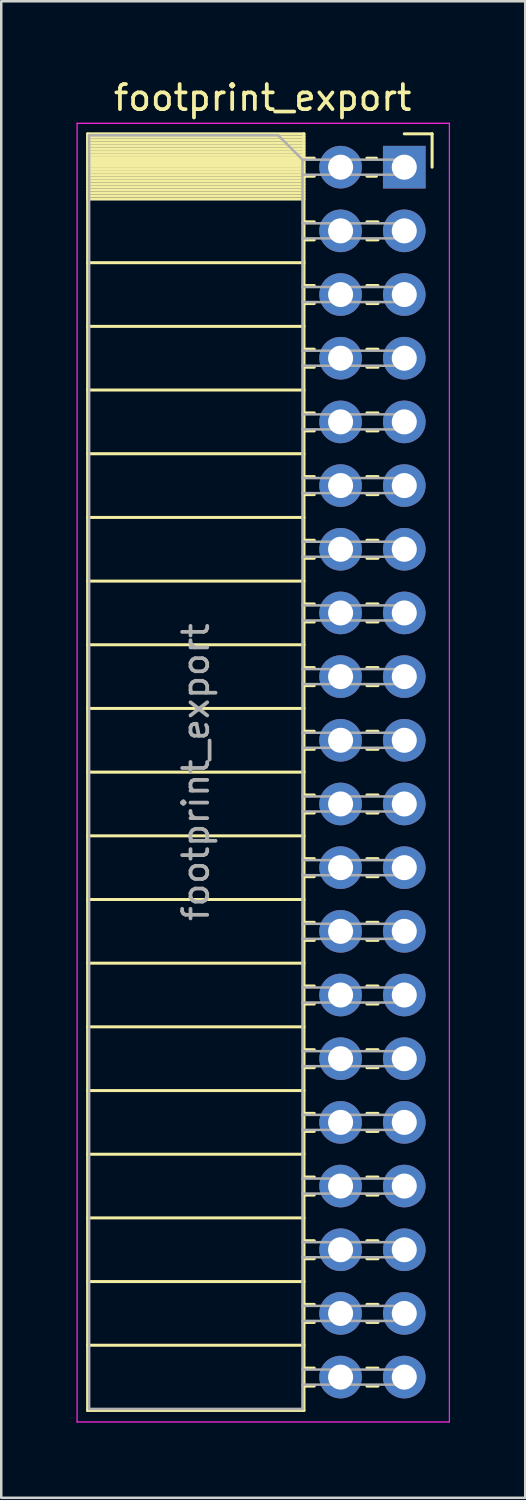
<source format=kicad_pcb>
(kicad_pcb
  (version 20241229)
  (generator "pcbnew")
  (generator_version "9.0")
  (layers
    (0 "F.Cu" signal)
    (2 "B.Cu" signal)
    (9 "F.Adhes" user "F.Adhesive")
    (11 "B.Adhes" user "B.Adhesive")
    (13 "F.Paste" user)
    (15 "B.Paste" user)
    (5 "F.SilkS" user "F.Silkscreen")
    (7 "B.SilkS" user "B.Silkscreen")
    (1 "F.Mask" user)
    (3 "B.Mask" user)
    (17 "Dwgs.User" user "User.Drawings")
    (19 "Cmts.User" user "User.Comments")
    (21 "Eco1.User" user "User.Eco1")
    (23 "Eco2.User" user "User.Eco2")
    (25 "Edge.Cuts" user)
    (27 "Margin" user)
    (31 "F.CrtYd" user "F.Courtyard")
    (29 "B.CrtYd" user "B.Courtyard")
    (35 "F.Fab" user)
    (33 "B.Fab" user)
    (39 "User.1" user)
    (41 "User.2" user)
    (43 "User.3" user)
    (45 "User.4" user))
  (footprint "footprint_export"
    (layer "F.Cu")
    (at 13.075 3.618)
    (property "Reference" "footprint_export" (at -5.65 -2.77 0) (layer "F.SilkS") (effects (font (size 1 1) (thickness 0.15))))
    (attr through_hole)
    (fp_line (start -12.63 -1.33) (end -12.63 49.59) (stroke (width 0.12) (type solid)) (layer "F.SilkS"))
    (fp_line (start -12.63 -1.33) (end -4 -1.33) (stroke (width 0.12) (type solid)) (layer "F.SilkS"))
    (fp_line (start -12.63 -1.21) (end -4 -1.21) (stroke (width 0.12) (type solid)) (layer "F.SilkS"))
    (fp_line (start -12.63 -1.092) (end -4 -1.092) (stroke (width 0.12) (type solid)) (layer "F.SilkS"))
    (fp_line (start -12.63 -0.974) (end -4 -0.974) (stroke (width 0.12) (type solid)) (layer "F.SilkS"))
    (fp_line (start -12.63 -0.856) (end -4 -0.856) (stroke (width 0.12) (type solid)) (layer "F.SilkS"))
    (fp_line (start -12.63 -0.738) (end -4 -0.738) (stroke (width 0.12) (type solid)) (layer "F.SilkS"))
    (fp_line (start -12.63 -0.62) (end -4 -0.62) (stroke (width 0.12) (type solid)) (layer "F.SilkS"))
    (fp_line (start -12.63 -0.501) (end -4 -0.501) (stroke (width 0.12) (type solid)) (layer "F.SilkS"))
    (fp_line (start -12.63 -0.383) (end -4 -0.383) (stroke (width 0.12) (type solid)) (layer "F.SilkS"))
    (fp_line (start -12.63 -0.265) (end -4 -0.265) (stroke (width 0.12) (type solid)) (layer "F.SilkS"))
    (fp_line (start -12.63 -0.147) (end -4 -0.147) (stroke (width 0.12) (type solid)) (layer "F.SilkS"))
    (fp_line (start -12.63 -0.029) (end -4 -0.029) (stroke (width 0.12) (type solid)) (layer "F.SilkS"))
    (fp_line (start -12.63 0.089) (end -4 0.089) (stroke (width 0.12) (type solid)) (layer "F.SilkS"))
    (fp_line (start -12.63 0.207) (end -4 0.207) (stroke (width 0.12) (type solid)) (layer "F.SilkS"))
    (fp_line (start -12.63 0.325) (end -4 0.325) (stroke (width 0.12) (type solid)) (layer "F.SilkS"))
    (fp_line (start -12.63 0.443) (end -4 0.443) (stroke (width 0.12) (type solid)) (layer "F.SilkS"))
    (fp_line (start -12.63 0.561) (end -4 0.561) (stroke (width 0.12) (type solid)) (layer "F.SilkS"))
    (fp_line (start -12.63 0.68) (end -4 0.68) (stroke (width 0.12) (type solid)) (layer "F.SilkS"))
    (fp_line (start -12.63 0.798) (end -4 0.798) (stroke (width 0.12) (type solid)) (layer "F.SilkS"))
    (fp_line (start -12.63 0.916) (end -4 0.916) (stroke (width 0.12) (type solid)) (layer "F.SilkS"))
    (fp_line (start -12.63 1.034) (end -4 1.034) (stroke (width 0.12) (type solid)) (layer "F.SilkS"))
    (fp_line (start -12.63 1.152) (end -4 1.152) (stroke (width 0.12) (type solid)) (layer "F.SilkS"))
    (fp_line (start -12.63 1.27) (end -4 1.27) (stroke (width 0.12) (type solid)) (layer "F.SilkS"))
    (fp_line (start -12.63 3.81) (end -4 3.81) (stroke (width 0.12) (type solid)) (layer "F.SilkS"))
    (fp_line (start -12.63 6.35) (end -4 6.35) (stroke (width 0.12) (type solid)) (layer "F.SilkS"))
    (fp_line (start -12.63 8.89) (end -4 8.89) (stroke (width 0.12) (type solid)) (layer "F.SilkS"))
    (fp_line (start -12.63 11.43) (end -4 11.43) (stroke (width 0.12) (type solid)) (layer "F.SilkS"))
    (fp_line (start -12.63 13.97) (end -4 13.97) (stroke (width 0.12) (type solid)) (layer "F.SilkS"))
    (fp_line (start -12.63 16.51) (end -4 16.51) (stroke (width 0.12) (type solid)) (layer "F.SilkS"))
    (fp_line (start -12.63 19.05) (end -4 19.05) (stroke (width 0.12) (type solid)) (layer "F.SilkS"))
    (fp_line (start -12.63 21.59) (end -4 21.59) (stroke (width 0.12) (type solid)) (layer "F.SilkS"))
    (fp_line (start -12.63 24.13) (end -4 24.13) (stroke (width 0.12) (type solid)) (layer "F.SilkS"))
    (fp_line (start -12.63 26.67) (end -4 26.67) (stroke (width 0.12) (type solid)) (layer "F.SilkS"))
    (fp_line (start -12.63 29.21) (end -4 29.21) (stroke (width 0.12) (type solid)) (layer "F.SilkS"))
    (fp_line (start -12.63 31.75) (end -4 31.75) (stroke (width 0.12) (type solid)) (layer "F.SilkS"))
    (fp_line (start -12.63 34.29) (end -4 34.29) (stroke (width 0.12) (type solid)) (layer "F.SilkS"))
    (fp_line (start -12.63 36.83) (end -4 36.83) (stroke (width 0.12) (type solid)) (layer "F.SilkS"))
    (fp_line (start -12.63 39.37) (end -4 39.37) (stroke (width 0.12) (type solid)) (layer "F.SilkS"))
    (fp_line (start -12.63 41.91) (end -4 41.91) (stroke (width 0.12) (type solid)) (layer "F.SilkS"))
    (fp_line (start -12.63 44.45) (end -4 44.45) (stroke (width 0.12) (type solid)) (layer "F.SilkS"))
    (fp_line (start -12.63 46.99) (end -4 46.99) (stroke (width 0.12) (type solid)) (layer "F.SilkS"))
    (fp_line (start -12.63 49.59) (end -4 49.59) (stroke (width 0.12) (type solid)) (layer "F.SilkS"))
    (fp_line (start -4 -1.33) (end -4 49.59) (stroke (width 0.12) (type solid)) (layer "F.SilkS"))
    (fp_line (start -4 -0.36) (end -3.59 -0.36) (stroke (width 0.12) (type solid)) (layer "F.SilkS"))
    (fp_line (start -4 0.36) (end -3.59 0.36) (stroke (width 0.12) (type solid)) (layer "F.SilkS"))
    (fp_line (start -4 2.18) (end -3.59 2.18) (stroke (width 0.12) (type solid)) (layer "F.SilkS"))
    (fp_line (start -4 2.9) (end -3.59 2.9) (stroke (width 0.12) (type solid)) (layer "F.SilkS"))
    (fp_line (start -4 4.72) (end -3.59 4.72) (stroke (width 0.12) (type solid)) (layer "F.SilkS"))
    (fp_line (start -4 5.44) (end -3.59 5.44) (stroke (width 0.12) (type solid)) (layer "F.SilkS"))
    (fp_line (start -4 7.26) (end -3.59 7.26) (stroke (width 0.12) (type solid)) (layer "F.SilkS"))
    (fp_line (start -4 7.98) (end -3.59 7.98) (stroke (width 0.12) (type solid)) (layer "F.SilkS"))
    (fp_line (start -4 9.8) (end -3.59 9.8) (stroke (width 0.12) (type solid)) (layer "F.SilkS"))
    (fp_line (start -4 10.52) (end -3.59 10.52) (stroke (width 0.12) (type solid)) (layer "F.SilkS"))
    (fp_line (start -4 12.34) (end -3.59 12.34) (stroke (width 0.12) (type solid)) (layer "F.SilkS"))
    (fp_line (start -4 13.06) (end -3.59 13.06) (stroke (width 0.12) (type solid)) (layer "F.SilkS"))
    (fp_line (start -4 14.88) (end -3.59 14.88) (stroke (width 0.12) (type solid)) (layer "F.SilkS"))
    (fp_line (start -4 15.6) (end -3.59 15.6) (stroke (width 0.12) (type solid)) (layer "F.SilkS"))
    (fp_line (start -4 17.42) (end -3.59 17.42) (stroke (width 0.12) (type solid)) (layer "F.SilkS"))
    (fp_line (start -4 18.14) (end -3.59 18.14) (stroke (width 0.12) (type solid)) (layer "F.SilkS"))
    (fp_line (start -4 19.96) (end -3.59 19.96) (stroke (width 0.12) (type solid)) (layer "F.SilkS"))
    (fp_line (start -4 20.68) (end -3.59 20.68) (stroke (width 0.12) (type solid)) (layer "F.SilkS"))
    (fp_line (start -4 22.5) (end -3.59 22.5) (stroke (width 0.12) (type solid)) (layer "F.SilkS"))
    (fp_line (start -4 23.22) (end -3.59 23.22) (stroke (width 0.12) (type solid)) (layer "F.SilkS"))
    (fp_line (start -4 25.04) (end -3.59 25.04) (stroke (width 0.12) (type solid)) (layer "F.SilkS"))
    (fp_line (start -4 25.76) (end -3.59 25.76) (stroke (width 0.12) (type solid)) (layer "F.SilkS"))
    (fp_line (start -4 27.58) (end -3.59 27.58) (stroke (width 0.12) (type solid)) (layer "F.SilkS"))
    (fp_line (start -4 28.3) (end -3.59 28.3) (stroke (width 0.12) (type solid)) (layer "F.SilkS"))
    (fp_line (start -4 30.12) (end -3.59 30.12) (stroke (width 0.12) (type solid)) (layer "F.SilkS"))
    (fp_line (start -4 30.84) (end -3.59 30.84) (stroke (width 0.12) (type solid)) (layer "F.SilkS"))
    (fp_line (start -4 32.66) (end -3.59 32.66) (stroke (width 0.12) (type solid)) (layer "F.SilkS"))
    (fp_line (start -4 33.38) (end -3.59 33.38) (stroke (width 0.12) (type solid)) (layer "F.SilkS"))
    (fp_line (start -4 35.2) (end -3.59 35.2) (stroke (width 0.12) (type solid)) (layer "F.SilkS"))
    (fp_line (start -4 35.92) (end -3.59 35.92) (stroke (width 0.12) (type solid)) (layer "F.SilkS"))
    (fp_line (start -4 37.74) (end -3.59 37.74) (stroke (width 0.12) (type solid)) (layer "F.SilkS"))
    (fp_line (start -4 38.46) (end -3.59 38.46) (stroke (width 0.12) (type solid)) (layer "F.SilkS"))
    (fp_line (start -4 40.28) (end -3.59 40.28) (stroke (width 0.12) (type solid)) (layer "F.SilkS"))
    (fp_line (start -4 41) (end -3.59 41) (stroke (width 0.12) (type solid)) (layer "F.SilkS"))
    (fp_line (start -4 42.82) (end -3.59 42.82) (stroke (width 0.12) (type solid)) (layer "F.SilkS"))
    (fp_line (start -4 43.54) (end -3.59 43.54) (stroke (width 0.12) (type solid)) (layer "F.SilkS"))
    (fp_line (start -4 45.36) (end -3.59 45.36) (stroke (width 0.12) (type solid)) (layer "F.SilkS"))
    (fp_line (start -4 46.08) (end -3.59 46.08) (stroke (width 0.12) (type solid)) (layer "F.SilkS"))
    (fp_line (start -4 47.9) (end -3.59 47.9) (stroke (width 0.12) (type solid)) (layer "F.SilkS"))
    (fp_line (start -4 48.62) (end -3.59 48.62) (stroke (width 0.12) (type solid)) (layer "F.SilkS"))
    (fp_line (start -1.49 -0.36) (end -1.11 -0.36) (stroke (width 0.12) (type solid)) (layer "F.SilkS"))
    (fp_line (start -1.49 0.36) (end -1.11 0.36) (stroke (width 0.12) (type solid)) (layer "F.SilkS"))
    (fp_line (start -1.49 2.18) (end -1.05 2.18) (stroke (width 0.12) (type solid)) (layer "F.SilkS"))
    (fp_line (start -1.49 2.9) (end -1.05 2.9) (stroke (width 0.12) (type solid)) (layer "F.SilkS"))
    (fp_line (start -1.49 4.72) (end -1.05 4.72) (stroke (width 0.12) (type solid)) (layer "F.SilkS"))
    (fp_line (start -1.49 5.44) (end -1.05 5.44) (stroke (width 0.12) (type solid)) (layer "F.SilkS"))
    (fp_line (start -1.49 7.26) (end -1.05 7.26) (stroke (width 0.12) (type solid)) (layer "F.SilkS"))
    (fp_line (start -1.49 7.98) (end -1.05 7.98) (stroke (width 0.12) (type solid)) (layer "F.SilkS"))
    (fp_line (start -1.49 9.8) (end -1.05 9.8) (stroke (width 0.12) (type solid)) (layer "F.SilkS"))
    (fp_line (start -1.49 10.52) (end -1.05 10.52) (stroke (width 0.12) (type solid)) (layer "F.SilkS"))
    (fp_line (start -1.49 12.34) (end -1.05 12.34) (stroke (width 0.12) (type solid)) (layer "F.SilkS"))
    (fp_line (start -1.49 13.06) (end -1.05 13.06) (stroke (width 0.12) (type solid)) (layer "F.SilkS"))
    (fp_line (start -1.49 14.88) (end -1.05 14.88) (stroke (width 0.12) (type solid)) (layer "F.SilkS"))
    (fp_line (start -1.49 15.6) (end -1.05 15.6) (stroke (width 0.12) (type solid)) (layer "F.SilkS"))
    (fp_line (start -1.49 17.42) (end -1.05 17.42) (stroke (width 0.12) (type solid)) (layer "F.SilkS"))
    (fp_line (start -1.49 18.14) (end -1.05 18.14) (stroke (width 0.12) (type solid)) (layer "F.SilkS"))
    (fp_line (start -1.49 19.96) (end -1.05 19.96) (stroke (width 0.12) (type solid)) (layer "F.SilkS"))
    (fp_line (start -1.49 20.68) (end -1.05 20.68) (stroke (width 0.12) (type solid)) (layer "F.SilkS"))
    (fp_line (start -1.49 22.5) (end -1.05 22.5) (stroke (width 0.12) (type solid)) (layer "F.SilkS"))
    (fp_line (start -1.49 23.22) (end -1.05 23.22) (stroke (width 0.12) (type solid)) (layer "F.SilkS"))
    (fp_line (start -1.49 25.04) (end -1.05 25.04) (stroke (width 0.12) (type solid)) (layer "F.SilkS"))
    (fp_line (start -1.49 25.76) (end -1.05 25.76) (stroke (width 0.12) (type solid)) (layer "F.SilkS"))
    (fp_line (start -1.49 27.58) (end -1.05 27.58) (stroke (width 0.12) (type solid)) (layer "F.SilkS"))
    (fp_line (start -1.49 28.3) (end -1.05 28.3) (stroke (width 0.12) (type solid)) (layer "F.SilkS"))
    (fp_line (start -1.49 30.12) (end -1.05 30.12) (stroke (width 0.12) (type solid)) (layer "F.SilkS"))
    (fp_line (start -1.49 30.84) (end -1.05 30.84) (stroke (width 0.12) (type solid)) (layer "F.SilkS"))
    (fp_line (start -1.49 32.66) (end -1.05 32.66) (stroke (width 0.12) (type solid)) (layer "F.SilkS"))
    (fp_line (start -1.49 33.38) (end -1.05 33.38) (stroke (width 0.12) (type solid)) (layer "F.SilkS"))
    (fp_line (start -1.49 35.2) (end -1.05 35.2) (stroke (width 0.12) (type solid)) (layer "F.SilkS"))
    (fp_line (start -1.49 35.92) (end -1.05 35.92) (stroke (width 0.12) (type solid)) (layer "F.SilkS"))
    (fp_line (start -1.49 37.74) (end -1.05 37.74) (stroke (width 0.12) (type solid)) (layer "F.SilkS"))
    (fp_line (start -1.49 38.46) (end -1.05 38.46) (stroke (width 0.12) (type solid)) (layer "F.SilkS"))
    (fp_line (start -1.49 40.28) (end -1.05 40.28) (stroke (width 0.12) (type solid)) (layer "F.SilkS"))
    (fp_line (start -1.49 41) (end -1.05 41) (stroke (width 0.12) (type solid)) (layer "F.SilkS"))
    (fp_line (start -1.49 42.82) (end -1.05 42.82) (stroke (width 0.12) (type solid)) (layer "F.SilkS"))
    (fp_line (start -1.49 43.54) (end -1.05 43.54) (stroke (width 0.12) (type solid)) (layer "F.SilkS"))
    (fp_line (start -1.49 45.36) (end -1.05 45.36) (stroke (width 0.12) (type solid)) (layer "F.SilkS"))
    (fp_line (start -1.49 46.08) (end -1.05 46.08) (stroke (width 0.12) (type solid)) (layer "F.SilkS"))
    (fp_line (start -1.49 47.9) (end -1.05 47.9) (stroke (width 0.12) (type solid)) (layer "F.SilkS"))
    (fp_line (start -1.49 48.62) (end -1.05 48.62) (stroke (width 0.12) (type solid)) (layer "F.SilkS"))
    (fp_line (start 0 -1.33) (end 1.11 -1.33) (stroke (width 0.12) (type solid)) (layer "F.SilkS"))
    (fp_line (start 1.11 -1.33) (end 1.11 0) (stroke (width 0.12) (type solid)) (layer "F.SilkS"))
    (fp_line (start -13.05 -1.75) (end -13.05 50.05) (stroke (width 0.05) (type solid)) (layer "F.CrtYd"))
    (fp_line (start -13.05 50.05) (end 1.8 50.05) (stroke (width 0.05) (type solid)) (layer "F.CrtYd"))
    (fp_line (start 1.8 -1.75) (end -13.05 -1.75) (stroke (width 0.05) (type solid)) (layer "F.CrtYd"))
    (fp_line (start 1.8 50.05) (end 1.8 -1.75) (stroke (width 0.05) (type solid)) (layer "F.CrtYd"))
    (fp_line (start -12.57 -1.27) (end -5.03 -1.27) (stroke (width 0.1) (type solid)) (layer "F.Fab"))
    (fp_line (start -12.57 49.53) (end -12.57 -1.27) (stroke (width 0.1) (type solid)) (layer "F.Fab"))
    (fp_line (start -5.03 -1.27) (end -4.06 -0.3) (stroke (width 0.1) (type solid)) (layer "F.Fab"))
    (fp_line (start -4.06 -0.3) (end -4.06 49.53) (stroke (width 0.1) (type solid)) (layer "F.Fab"))
    (fp_line (start -4.06 0.3) (end 0 0.3) (stroke (width 0.1) (type solid)) (layer "F.Fab"))
    (fp_line (start -4.06 2.84) (end 0 2.84) (stroke (width 0.1) (type solid)) (layer "F.Fab"))
    (fp_line (start -4.06 5.38) (end 0 5.38) (stroke (width 0.1) (type solid)) (layer "F.Fab"))
    (fp_line (start -4.06 7.92) (end 0 7.92) (stroke (width 0.1) (type solid)) (layer "F.Fab"))
    (fp_line (start -4.06 10.46) (end 0 10.46) (stroke (width 0.1) (type solid)) (layer "F.Fab"))
    (fp_line (start -4.06 13) (end 0 13) (stroke (width 0.1) (type solid)) (layer "F.Fab"))
    (fp_line (start -4.06 15.54) (end 0 15.54) (stroke (width 0.1) (type solid)) (layer "F.Fab"))
    (fp_line (start -4.06 18.08) (end 0 18.08) (stroke (width 0.1) (type solid)) (layer "F.Fab"))
    (fp_line (start -4.06 20.62) (end 0 20.62) (stroke (width 0.1) (type solid)) (layer "F.Fab"))
    (fp_line (start -4.06 23.16) (end 0 23.16) (stroke (width 0.1) (type solid)) (layer "F.Fab"))
    (fp_line (start -4.06 25.7) (end 0 25.7) (stroke (width 0.1) (type solid)) (layer "F.Fab"))
    (fp_line (start -4.06 28.24) (end 0 28.24) (stroke (width 0.1) (type solid)) (layer "F.Fab"))
    (fp_line (start -4.06 30.78) (end 0 30.78) (stroke (width 0.1) (type solid)) (layer "F.Fab"))
    (fp_line (start -4.06 33.32) (end 0 33.32) (stroke (width 0.1) (type solid)) (layer "F.Fab"))
    (fp_line (start -4.06 35.86) (end 0 35.86) (stroke (width 0.1) (type solid)) (layer "F.Fab"))
    (fp_line (start -4.06 38.4) (end 0 38.4) (stroke (width 0.1) (type solid)) (layer "F.Fab"))
    (fp_line (start -4.06 40.94) (end 0 40.94) (stroke (width 0.1) (type solid)) (layer "F.Fab"))
    (fp_line (start -4.06 43.48) (end 0 43.48) (stroke (width 0.1) (type solid)) (layer "F.Fab"))
    (fp_line (start -4.06 46.02) (end 0 46.02) (stroke (width 0.1) (type solid)) (layer "F.Fab"))
    (fp_line (start -4.06 48.56) (end 0 48.56) (stroke (width 0.1) (type solid)) (layer "F.Fab"))
    (fp_line (start -4.06 49.53) (end -12.57 49.53) (stroke (width 0.1) (type solid)) (layer "F.Fab"))
    (fp_line (start 0 -0.3) (end -4.06 -0.3) (stroke (width 0.1) (type solid)) (layer "F.Fab"))
    (fp_line (start 0 0.3) (end 0 -0.3) (stroke (width 0.1) (type solid)) (layer "F.Fab"))
    (fp_line (start 0 2.24) (end -4.06 2.24) (stroke (width 0.1) (type solid)) (layer "F.Fab"))
    (fp_line (start 0 2.84) (end 0 2.24) (stroke (width 0.1) (type solid)) (layer "F.Fab"))
    (fp_line (start 0 4.78) (end -4.06 4.78) (stroke (width 0.1) (type solid)) (layer "F.Fab"))
    (fp_line (start 0 5.38) (end 0 4.78) (stroke (width 0.1) (type solid)) (layer "F.Fab"))
    (fp_line (start 0 7.32) (end -4.06 7.32) (stroke (width 0.1) (type solid)) (layer "F.Fab"))
    (fp_line (start 0 7.92) (end 0 7.32) (stroke (width 0.1) (type solid)) (layer "F.Fab"))
    (fp_line (start 0 9.86) (end -4.06 9.86) (stroke (width 0.1) (type solid)) (layer "F.Fab"))
    (fp_line (start 0 10.46) (end 0 9.86) (stroke (width 0.1) (type solid)) (layer "F.Fab"))
    (fp_line (start 0 12.4) (end -4.06 12.4) (stroke (width 0.1) (type solid)) (layer "F.Fab"))
    (fp_line (start 0 13) (end 0 12.4) (stroke (width 0.1) (type solid)) (layer "F.Fab"))
    (fp_line (start 0 14.94) (end -4.06 14.94) (stroke (width 0.1) (type solid)) (layer "F.Fab"))
    (fp_line (start 0 15.54) (end 0 14.94) (stroke (width 0.1) (type solid)) (layer "F.Fab"))
    (fp_line (start 0 17.48) (end -4.06 17.48) (stroke (width 0.1) (type solid)) (layer "F.Fab"))
    (fp_line (start 0 18.08) (end 0 17.48) (stroke (width 0.1) (type solid)) (layer "F.Fab"))
    (fp_line (start 0 20.02) (end -4.06 20.02) (stroke (width 0.1) (type solid)) (layer "F.Fab"))
    (fp_line (start 0 20.62) (end 0 20.02) (stroke (width 0.1) (type solid)) (layer "F.Fab"))
    (fp_line (start 0 22.56) (end -4.06 22.56) (stroke (width 0.1) (type solid)) (layer "F.Fab"))
    (fp_line (start 0 23.16) (end 0 22.56) (stroke (width 0.1) (type solid)) (layer "F.Fab"))
    (fp_line (start 0 25.1) (end -4.06 25.1) (stroke (width 0.1) (type solid)) (layer "F.Fab"))
    (fp_line (start 0 25.7) (end 0 25.1) (stroke (width 0.1) (type solid)) (layer "F.Fab"))
    (fp_line (start 0 27.64) (end -4.06 27.64) (stroke (width 0.1) (type solid)) (layer "F.Fab"))
    (fp_line (start 0 28.24) (end 0 27.64) (stroke (width 0.1) (type solid)) (layer "F.Fab"))
    (fp_line (start 0 30.18) (end -4.06 30.18) (stroke (width 0.1) (type solid)) (layer "F.Fab"))
    (fp_line (start 0 30.78) (end 0 30.18) (stroke (width 0.1) (type solid)) (layer "F.Fab"))
    (fp_line (start 0 32.72) (end -4.06 32.72) (stroke (width 0.1) (type solid)) (layer "F.Fab"))
    (fp_line (start 0 33.32) (end 0 32.72) (stroke (width 0.1) (type solid)) (layer "F.Fab"))
    (fp_line (start 0 35.26) (end -4.06 35.26) (stroke (width 0.1) (type solid)) (layer "F.Fab"))
    (fp_line (start 0 35.86) (end 0 35.26) (stroke (width 0.1) (type solid)) (layer "F.Fab"))
    (fp_line (start 0 37.8) (end -4.06 37.8) (stroke (width 0.1) (type solid)) (layer "F.Fab"))
    (fp_line (start 0 38.4) (end 0 37.8) (stroke (width 0.1) (type solid)) (layer "F.Fab"))
    (fp_line (start 0 40.34) (end -4.06 40.34) (stroke (width 0.1) (type solid)) (layer "F.Fab"))
    (fp_line (start 0 40.94) (end 0 40.34) (stroke (width 0.1) (type solid)) (layer "F.Fab"))
    (fp_line (start 0 42.88) (end -4.06 42.88) (stroke (width 0.1) (type solid)) (layer "F.Fab"))
    (fp_line (start 0 43.48) (end 0 42.88) (stroke (width 0.1) (type solid)) (layer "F.Fab"))
    (fp_line (start 0 45.42) (end -4.06 45.42) (stroke (width 0.1) (type solid)) (layer "F.Fab"))
    (fp_line (start 0 46.02) (end 0 45.42) (stroke (width 0.1) (type solid)) (layer "F.Fab"))
    (fp_line (start 0 47.96) (end -4.06 47.96) (stroke (width 0.1) (type solid)) (layer "F.Fab"))
    (fp_line (start 0 48.56) (end 0 47.96) (stroke (width 0.1) (type solid)) (layer "F.Fab"))
    (fp_text user "${REFERENCE}" (at -8.315 24.13 90) (layer "F.Fab") (effects (font (size 1 1) (thickness 0.15))))
    (pad "1" thru_hole rect (at 0 0) (size 1.7 1.7) (drill 1) (layers "*.Cu" "*.Mask"))
    (pad "2" thru_hole oval (at -2.54 0) (size 1.7 1.7) (drill 1) (layers "*.Cu" "*.Mask"))
    (pad "3" thru_hole oval (at 0 2.54) (size 1.7 1.7) (drill 1) (layers "*.Cu" "*.Mask"))
    (pad "4" thru_hole oval (at -2.54 2.54) (size 1.7 1.7) (drill 1) (layers "*.Cu" "*.Mask"))
    (pad "5" thru_hole oval (at 0 5.08) (size 1.7 1.7) (drill 1) (layers "*.Cu" "*.Mask"))
    (pad "6" thru_hole oval (at -2.54 5.08) (size 1.7 1.7) (drill 1) (layers "*.Cu" "*.Mask"))
    (pad "7" thru_hole oval (at 0 7.62) (size 1.7 1.7) (drill 1) (layers "*.Cu" "*.Mask"))
    (pad "8" thru_hole oval (at -2.54 7.62) (size 1.7 1.7) (drill 1) (layers "*.Cu" "*.Mask"))
    (pad "9" thru_hole oval (at 0 10.16) (size 1.7 1.7) (drill 1) (layers "*.Cu" "*.Mask"))
    (pad "10" thru_hole oval (at -2.54 10.16) (size 1.7 1.7) (drill 1) (layers "*.Cu" "*.Mask"))
    (pad "11" thru_hole oval (at 0 12.7) (size 1.7 1.7) (drill 1) (layers "*.Cu" "*.Mask"))
    (pad "12" thru_hole oval (at -2.54 12.7) (size 1.7 1.7) (drill 1) (layers "*.Cu" "*.Mask"))
    (pad "13" thru_hole oval (at 0 15.24) (size 1.7 1.7) (drill 1) (layers "*.Cu" "*.Mask"))
    (pad "14" thru_hole oval (at -2.54 15.24) (size 1.7 1.7) (drill 1) (layers "*.Cu" "*.Mask"))
    (pad "15" thru_hole oval (at 0 17.78) (size 1.7 1.7) (drill 1) (layers "*.Cu" "*.Mask"))
    (pad "16" thru_hole oval (at -2.54 17.78) (size 1.7 1.7) (drill 1) (layers "*.Cu" "*.Mask"))
    (pad "17" thru_hole oval (at 0 20.32) (size 1.7 1.7) (drill 1) (layers "*.Cu" "*.Mask"))
    (pad "18" thru_hole oval (at -2.54 20.32) (size 1.7 1.7) (drill 1) (layers "*.Cu" "*.Mask"))
    (pad "19" thru_hole oval (at 0 22.86) (size 1.7 1.7) (drill 1) (layers "*.Cu" "*.Mask"))
    (pad "20" thru_hole oval (at -2.54 22.86) (size 1.7 1.7) (drill 1) (layers "*.Cu" "*.Mask"))
    (pad "21" thru_hole oval (at 0 25.4) (size 1.7 1.7) (drill 1) (layers "*.Cu" "*.Mask"))
    (pad "22" thru_hole oval (at -2.54 25.4) (size 1.7 1.7) (drill 1) (layers "*.Cu" "*.Mask"))
    (pad "23" thru_hole oval (at 0 27.94) (size 1.7 1.7) (drill 1) (layers "*.Cu" "*.Mask"))
    (pad "24" thru_hole oval (at -2.54 27.94) (size 1.7 1.7) (drill 1) (layers "*.Cu" "*.Mask"))
    (pad "25" thru_hole oval (at 0 30.48) (size 1.7 1.7) (drill 1) (layers "*.Cu" "*.Mask"))
    (pad "26" thru_hole oval (at -2.54 30.48) (size 1.7 1.7) (drill 1) (layers "*.Cu" "*.Mask"))
    (pad "27" thru_hole oval (at 0 33.02) (size 1.7 1.7) (drill 1) (layers "*.Cu" "*.Mask"))
    (pad "28" thru_hole oval (at -2.54 33.02) (size 1.7 1.7) (drill 1) (layers "*.Cu" "*.Mask"))
    (pad "29" thru_hole oval (at 0 35.56) (size 1.7 1.7) (drill 1) (layers "*.Cu" "*.Mask"))
    (pad "30" thru_hole oval (at -2.54 35.56) (size 1.7 1.7) (drill 1) (layers "*.Cu" "*.Mask"))
    (pad "31" thru_hole oval (at 0 38.1) (size 1.7 1.7) (drill 1) (layers "*.Cu" "*.Mask"))
    (pad "32" thru_hole oval (at -2.54 38.1) (size 1.7 1.7) (drill 1) (layers "*.Cu" "*.Mask"))
    (pad "33" thru_hole oval (at 0 40.64) (size 1.7 1.7) (drill 1) (layers "*.Cu" "*.Mask"))
    (pad "34" thru_hole oval (at -2.54 40.64) (size 1.7 1.7) (drill 1) (layers "*.Cu" "*.Mask"))
    (pad "35" thru_hole oval (at 0 43.18) (size 1.7 1.7) (drill 1) (layers "*.Cu" "*.Mask"))
    (pad "36" thru_hole oval (at -2.54 43.18) (size 1.7 1.7) (drill 1) (layers "*.Cu" "*.Mask"))
    (pad "37" thru_hole oval (at 0 45.72) (size 1.7 1.7) (drill 1) (layers "*.Cu" "*.Mask"))
    (pad "38" thru_hole oval (at -2.54 45.72) (size 1.7 1.7) (drill 1) (layers "*.Cu" "*.Mask"))
    (pad "39" thru_hole oval (at 0 48.26) (size 1.7 1.7) (drill 1) (layers "*.Cu" "*.Mask"))
    (pad "40" thru_hole oval (at -2.54 48.26) (size 1.7 1.7) (drill 1) (layers "*.Cu" "*.Mask")))
  (gr_rect
    (start -3 -3)
    (end 17.9 56.693)
    (stroke (width 0.1) (type default))
    (fill no)
    (layer "Edge.Cuts")))
</source>
